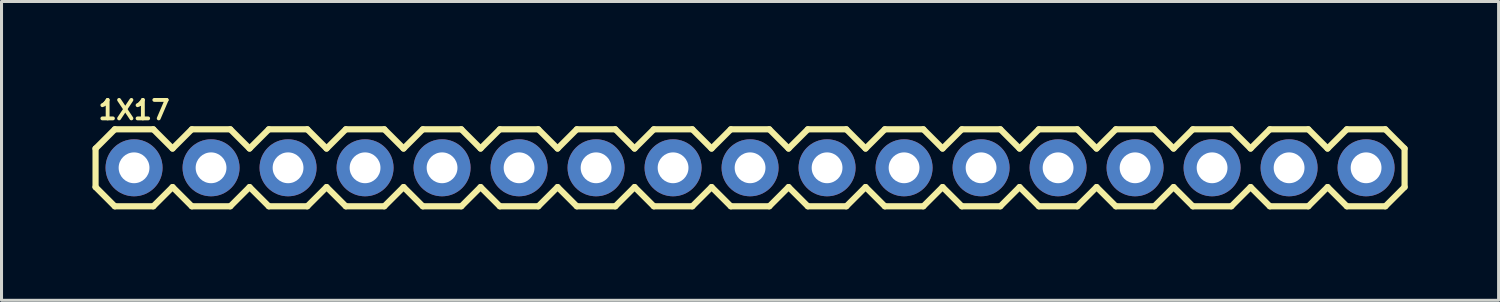
<source format=kicad_pcb>
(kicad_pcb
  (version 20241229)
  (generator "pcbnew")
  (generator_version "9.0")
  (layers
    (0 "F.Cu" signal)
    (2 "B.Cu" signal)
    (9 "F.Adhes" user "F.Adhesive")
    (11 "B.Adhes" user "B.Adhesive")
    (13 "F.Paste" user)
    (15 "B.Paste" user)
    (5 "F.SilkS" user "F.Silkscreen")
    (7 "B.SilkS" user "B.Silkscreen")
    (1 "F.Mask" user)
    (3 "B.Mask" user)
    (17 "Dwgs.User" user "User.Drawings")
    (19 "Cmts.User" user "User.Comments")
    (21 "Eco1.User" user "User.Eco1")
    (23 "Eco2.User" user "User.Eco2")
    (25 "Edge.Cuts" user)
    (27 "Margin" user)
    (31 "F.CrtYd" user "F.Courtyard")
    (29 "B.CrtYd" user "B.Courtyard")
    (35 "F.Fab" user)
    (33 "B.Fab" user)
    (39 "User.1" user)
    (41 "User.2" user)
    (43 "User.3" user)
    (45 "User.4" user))
  (footprint "1X17"
    (layer "F.Cu")
    (at 1.372 2.485)
    (property "Reference" "1X17" (at 0 -1.905 0) (layer "F.SilkS") (effects (font (size 0.61 0.61) (thickness 0.127))))
    (attr exclude_from_pos_files exclude_from_bom)
    (fp_line (start -1.27 -0.635) (end -1.27 0.635) (stroke (width 0.203) (type solid)) (layer "F.SilkS"))
    (fp_line (start -1.27 0.635) (end -0.635 1.27) (stroke (width 0.203) (type solid)) (layer "F.SilkS"))
    (fp_line (start -0.635 -1.27) (end -1.27 -0.635) (stroke (width 0.203) (type solid)) (layer "F.SilkS"))
    (fp_line (start -0.635 -1.27) (end 0.635 -1.27) (stroke (width 0.203) (type solid)) (layer "F.SilkS"))
    (fp_line (start 0.635 -1.27) (end 1.27 -0.635) (stroke (width 0.203) (type solid)) (layer "F.SilkS"))
    (fp_line (start 0.635 1.27) (end -0.635 1.27) (stroke (width 0.203) (type solid)) (layer "F.SilkS"))
    (fp_line (start 1.27 -0.635) (end 1.905 -1.27) (stroke (width 0.203) (type solid)) (layer "F.SilkS"))
    (fp_line (start 1.27 0.635) (end 0.635 1.27) (stroke (width 0.203) (type solid)) (layer "F.SilkS"))
    (fp_line (start 1.905 -1.27) (end 3.175 -1.27) (stroke (width 0.203) (type solid)) (layer "F.SilkS"))
    (fp_line (start 1.905 1.27) (end 1.27 0.635) (stroke (width 0.203) (type solid)) (layer "F.SilkS"))
    (fp_line (start 3.175 -1.27) (end 3.81 -0.635) (stroke (width 0.203) (type solid)) (layer "F.SilkS"))
    (fp_line (start 3.175 1.27) (end 1.905 1.27) (stroke (width 0.203) (type solid)) (layer "F.SilkS"))
    (fp_line (start 3.81 -0.635) (end 4.445 -1.27) (stroke (width 0.203) (type solid)) (layer "F.SilkS"))
    (fp_line (start 3.81 0.635) (end 3.175 1.27) (stroke (width 0.203) (type solid)) (layer "F.SilkS"))
    (fp_line (start 4.445 -1.27) (end 5.715 -1.27) (stroke (width 0.203) (type solid)) (layer "F.SilkS"))
    (fp_line (start 4.445 1.27) (end 3.81 0.635) (stroke (width 0.203) (type solid)) (layer "F.SilkS"))
    (fp_line (start 5.715 -1.27) (end 6.35 -0.635) (stroke (width 0.203) (type solid)) (layer "F.SilkS"))
    (fp_line (start 5.715 1.27) (end 4.445 1.27) (stroke (width 0.203) (type solid)) (layer "F.SilkS"))
    (fp_line (start 6.35 0.635) (end 5.715 1.27) (stroke (width 0.203) (type solid)) (layer "F.SilkS"))
    (fp_line (start 6.35 0.635) (end 6.985 1.27) (stroke (width 0.203) (type solid)) (layer "F.SilkS"))
    (fp_line (start 6.985 -1.27) (end 6.35 -0.635) (stroke (width 0.203) (type solid)) (layer "F.SilkS"))
    (fp_line (start 6.985 -1.27) (end 8.255 -1.27) (stroke (width 0.203) (type solid)) (layer "F.SilkS"))
    (fp_line (start 8.255 -1.27) (end 8.89 -0.635) (stroke (width 0.203) (type solid)) (layer "F.SilkS"))
    (fp_line (start 8.255 1.27) (end 6.985 1.27) (stroke (width 0.203) (type solid)) (layer "F.SilkS"))
    (fp_line (start 8.89 -0.635) (end 9.525 -1.27) (stroke (width 0.203) (type solid)) (layer "F.SilkS"))
    (fp_line (start 8.89 0.635) (end 8.255 1.27) (stroke (width 0.203) (type solid)) (layer "F.SilkS"))
    (fp_line (start 9.525 -1.27) (end 10.795 -1.27) (stroke (width 0.203) (type solid)) (layer "F.SilkS"))
    (fp_line (start 9.525 1.27) (end 8.89 0.635) (stroke (width 0.203) (type solid)) (layer "F.SilkS"))
    (fp_line (start 10.795 -1.27) (end 11.43 -0.635) (stroke (width 0.203) (type solid)) (layer "F.SilkS"))
    (fp_line (start 10.795 1.27) (end 9.525 1.27) (stroke (width 0.203) (type solid)) (layer "F.SilkS"))
    (fp_line (start 11.43 -0.635) (end 12.065 -1.27) (stroke (width 0.203) (type solid)) (layer "F.SilkS"))
    (fp_line (start 11.43 0.635) (end 10.795 1.27) (stroke (width 0.203) (type solid)) (layer "F.SilkS"))
    (fp_line (start 12.065 -1.27) (end 13.335 -1.27) (stroke (width 0.203) (type solid)) (layer "F.SilkS"))
    (fp_line (start 12.065 1.27) (end 11.43 0.635) (stroke (width 0.203) (type solid)) (layer "F.SilkS"))
    (fp_line (start 13.335 -1.27) (end 13.97 -0.635) (stroke (width 0.203) (type solid)) (layer "F.SilkS"))
    (fp_line (start 13.335 1.27) (end 12.065 1.27) (stroke (width 0.203) (type solid)) (layer "F.SilkS"))
    (fp_line (start 13.97 0.635) (end 13.335 1.27) (stroke (width 0.203) (type solid)) (layer "F.SilkS"))
    (fp_line (start 13.97 0.635) (end 14.605 1.27) (stroke (width 0.203) (type solid)) (layer "F.SilkS"))
    (fp_line (start 14.605 -1.27) (end 13.97 -0.635) (stroke (width 0.203) (type solid)) (layer "F.SilkS"))
    (fp_line (start 14.605 -1.27) (end 15.875 -1.27) (stroke (width 0.203) (type solid)) (layer "F.SilkS"))
    (fp_line (start 15.875 -1.27) (end 16.51 -0.635) (stroke (width 0.203) (type solid)) (layer "F.SilkS"))
    (fp_line (start 15.875 1.27) (end 14.605 1.27) (stroke (width 0.203) (type solid)) (layer "F.SilkS"))
    (fp_line (start 16.51 0.635) (end 15.875 1.27) (stroke (width 0.203) (type solid)) (layer "F.SilkS"))
    (fp_line (start 16.51 0.635) (end 17.145 1.27) (stroke (width 0.203) (type solid)) (layer "F.SilkS"))
    (fp_line (start 17.145 -1.27) (end 16.51 -0.635) (stroke (width 0.203) (type solid)) (layer "F.SilkS"))
    (fp_line (start 17.145 -1.27) (end 18.415 -1.27) (stroke (width 0.203) (type solid)) (layer "F.SilkS"))
    (fp_line (start 18.415 -1.27) (end 19.05 -0.635) (stroke (width 0.203) (type solid)) (layer "F.SilkS"))
    (fp_line (start 18.415 1.27) (end 17.145 1.27) (stroke (width 0.203) (type solid)) (layer "F.SilkS"))
    (fp_line (start 19.05 -0.635) (end 19.685 -1.27) (stroke (width 0.203) (type solid)) (layer "F.SilkS"))
    (fp_line (start 19.05 0.635) (end 18.415 1.27) (stroke (width 0.203) (type solid)) (layer "F.SilkS"))
    (fp_line (start 19.685 -1.27) (end 20.955 -1.27) (stroke (width 0.203) (type solid)) (layer "F.SilkS"))
    (fp_line (start 19.685 1.27) (end 19.05 0.635) (stroke (width 0.203) (type solid)) (layer "F.SilkS"))
    (fp_line (start 20.955 -1.27) (end 21.59 -0.635) (stroke (width 0.203) (type solid)) (layer "F.SilkS"))
    (fp_line (start 20.955 1.27) (end 19.685 1.27) (stroke (width 0.203) (type solid)) (layer "F.SilkS"))
    (fp_line (start 21.59 -0.635) (end 22.225 -1.27) (stroke (width 0.203) (type solid)) (layer "F.SilkS"))
    (fp_line (start 21.59 0.635) (end 20.955 1.27) (stroke (width 0.203) (type solid)) (layer "F.SilkS"))
    (fp_line (start 22.225 -1.27) (end 23.495 -1.27) (stroke (width 0.203) (type solid)) (layer "F.SilkS"))
    (fp_line (start 22.225 1.27) (end 21.59 0.635) (stroke (width 0.203) (type solid)) (layer "F.SilkS"))
    (fp_line (start 23.495 -1.27) (end 24.13 -0.635) (stroke (width 0.203) (type solid)) (layer "F.SilkS"))
    (fp_line (start 23.495 1.27) (end 22.225 1.27) (stroke (width 0.203) (type solid)) (layer "F.SilkS"))
    (fp_line (start 24.13 0.635) (end 23.495 1.27) (stroke (width 0.203) (type solid)) (layer "F.SilkS"))
    (fp_line (start 24.13 0.635) (end 24.765 1.27) (stroke (width 0.203) (type solid)) (layer "F.SilkS"))
    (fp_line (start 24.765 -1.27) (end 24.13 -0.635) (stroke (width 0.203) (type solid)) (layer "F.SilkS"))
    (fp_line (start 24.765 -1.27) (end 26.035 -1.27) (stroke (width 0.203) (type solid)) (layer "F.SilkS"))
    (fp_line (start 26.035 -1.27) (end 26.67 -0.635) (stroke (width 0.203) (type solid)) (layer "F.SilkS"))
    (fp_line (start 26.035 1.27) (end 24.765 1.27) (stroke (width 0.203) (type solid)) (layer "F.SilkS"))
    (fp_line (start 26.67 -0.635) (end 27.305 -1.27) (stroke (width 0.203) (type solid)) (layer "F.SilkS"))
    (fp_line (start 26.67 0.635) (end 26.035 1.27) (stroke (width 0.203) (type solid)) (layer "F.SilkS"))
    (fp_line (start 27.305 -1.27) (end 28.575 -1.27) (stroke (width 0.203) (type solid)) (layer "F.SilkS"))
    (fp_line (start 27.305 1.27) (end 26.67 0.635) (stroke (width 0.203) (type solid)) (layer "F.SilkS"))
    (fp_line (start 28.575 -1.27) (end 29.21 -0.635) (stroke (width 0.203) (type solid)) (layer "F.SilkS"))
    (fp_line (start 28.575 1.27) (end 27.305 1.27) (stroke (width 0.203) (type solid)) (layer "F.SilkS"))
    (fp_line (start 29.21 -0.635) (end 29.845 -1.27) (stroke (width 0.203) (type solid)) (layer "F.SilkS"))
    (fp_line (start 29.21 0.635) (end 28.575 1.27) (stroke (width 0.203) (type solid)) (layer "F.SilkS"))
    (fp_line (start 29.845 -1.27) (end 31.115 -1.27) (stroke (width 0.203) (type solid)) (layer "F.SilkS"))
    (fp_line (start 29.845 1.27) (end 29.21 0.635) (stroke (width 0.203) (type solid)) (layer "F.SilkS"))
    (fp_line (start 31.115 -1.27) (end 31.75 -0.635) (stroke (width 0.203) (type solid)) (layer "F.SilkS"))
    (fp_line (start 31.115 1.27) (end 29.845 1.27) (stroke (width 0.203) (type solid)) (layer "F.SilkS"))
    (fp_line (start 31.75 0.635) (end 31.115 1.27) (stroke (width 0.203) (type solid)) (layer "F.SilkS"))
    (fp_line (start 31.75 0.635) (end 32.385 1.27) (stroke (width 0.203) (type solid)) (layer "F.SilkS"))
    (fp_line (start 32.385 -1.27) (end 31.75 -0.635) (stroke (width 0.203) (type solid)) (layer "F.SilkS"))
    (fp_line (start 32.385 -1.27) (end 33.655 -1.27) (stroke (width 0.203) (type solid)) (layer "F.SilkS"))
    (fp_line (start 33.655 -1.27) (end 34.29 -0.635) (stroke (width 0.203) (type solid)) (layer "F.SilkS"))
    (fp_line (start 33.655 1.27) (end 32.385 1.27) (stroke (width 0.203) (type solid)) (layer "F.SilkS"))
    (fp_line (start 34.29 0.635) (end 33.655 1.27) (stroke (width 0.203) (type solid)) (layer "F.SilkS"))
    (fp_line (start 34.29 0.635) (end 34.925 1.27) (stroke (width 0.203) (type solid)) (layer "F.SilkS"))
    (fp_line (start 34.925 -1.27) (end 34.29 -0.635) (stroke (width 0.203) (type solid)) (layer "F.SilkS"))
    (fp_line (start 34.925 -1.27) (end 36.195 -1.27) (stroke (width 0.203) (type solid)) (layer "F.SilkS"))
    (fp_line (start 36.195 -1.27) (end 36.83 -0.635) (stroke (width 0.203) (type solid)) (layer "F.SilkS"))
    (fp_line (start 36.195 1.27) (end 34.925 1.27) (stroke (width 0.203) (type solid)) (layer "F.SilkS"))
    (fp_line (start 36.83 0.635) (end 36.195 1.27) (stroke (width 0.203) (type solid)) (layer "F.SilkS"))
    (fp_line (start 36.83 0.635) (end 37.465 1.27) (stroke (width 0.203) (type solid)) (layer "F.SilkS"))
    (fp_line (start 37.465 -1.27) (end 36.83 -0.635) (stroke (width 0.203) (type solid)) (layer "F.SilkS"))
    (fp_line (start 37.465 -1.27) (end 38.735 -1.27) (stroke (width 0.203) (type solid)) (layer "F.SilkS"))
    (fp_line (start 38.735 -1.27) (end 39.37 -0.635) (stroke (width 0.203) (type solid)) (layer "F.SilkS"))
    (fp_line (start 38.735 1.27) (end 37.465 1.27) (stroke (width 0.203) (type solid)) (layer "F.SilkS"))
    (fp_line (start 39.37 0.635) (end 38.735 1.27) (stroke (width 0.203) (type solid)) (layer "F.SilkS"))
    (fp_line (start 39.37 0.635) (end 40.005 1.27) (stroke (width 0.203) (type solid)) (layer "F.SilkS"))
    (fp_line (start 40.005 -1.27) (end 39.37 -0.635) (stroke (width 0.203) (type solid)) (layer "F.SilkS"))
    (fp_line (start 40.005 -1.27) (end 41.275 -1.27) (stroke (width 0.203) (type solid)) (layer "F.SilkS"))
    (fp_line (start 41.275 -1.27) (end 41.91 -0.635) (stroke (width 0.203) (type solid)) (layer "F.SilkS"))
    (fp_line (start 41.275 1.27) (end 40.005 1.27) (stroke (width 0.203) (type solid)) (layer "F.SilkS"))
    (fp_line (start 41.91 -0.635) (end 41.91 0.635) (stroke (width 0.203) (type solid)) (layer "F.SilkS"))
    (fp_line (start 41.91 0.635) (end 41.275 1.27) (stroke (width 0.203) (type solid)) (layer "F.SilkS"))
    (pad "1" thru_hole circle (at 0 0) (size 1.88 1.88) (drill 1.016) (layers "*.Cu" "*.Mask"))
    (pad "2" thru_hole circle (at 2.54 0) (size 1.88 1.88) (drill 1.016) (layers "*.Cu" "*.Mask"))
    (pad "3" thru_hole circle (at 5.08 0) (size 1.88 1.88) (drill 1.016) (layers "*.Cu" "*.Mask"))
    (pad "4" thru_hole circle (at 7.62 0) (size 1.88 1.88) (drill 1.016) (layers "*.Cu" "*.Mask"))
    (pad "5" thru_hole circle (at 10.16 0) (size 1.88 1.88) (drill 1.016) (layers "*.Cu" "*.Mask"))
    (pad "6" thru_hole circle (at 12.7 0) (size 1.88 1.88) (drill 1.016) (layers "*.Cu" "*.Mask"))
    (pad "7" thru_hole circle (at 15.24 0) (size 1.88 1.88) (drill 1.016) (layers "*.Cu" "*.Mask"))
    (pad "8" thru_hole circle (at 17.78 0) (size 1.88 1.88) (drill 1.016) (layers "*.Cu" "*.Mask"))
    (pad "9" thru_hole circle (at 20.32 0) (size 1.88 1.88) (drill 1.016) (layers "*.Cu" "*.Mask"))
    (pad "10" thru_hole circle (at 22.86 0) (size 1.88 1.88) (drill 1.016) (layers "*.Cu" "*.Mask"))
    (pad "11" thru_hole circle (at 25.4 0) (size 1.88 1.88) (drill 1.016) (layers "*.Cu" "*.Mask"))
    (pad "12" thru_hole circle (at 27.94 0) (size 1.88 1.88) (drill 1.016) (layers "*.Cu" "*.Mask"))
    (pad "13" thru_hole circle (at 30.48 0) (size 1.88 1.88) (drill 1.016) (layers "*.Cu" "*.Mask"))
    (pad "14" thru_hole circle (at 33.02 0) (size 1.88 1.88) (drill 1.016) (layers "*.Cu" "*.Mask"))
    (pad "15" thru_hole circle (at 35.56 0) (size 1.88 1.88) (drill 1.016) (layers "*.Cu" "*.Mask"))
    (pad "16" thru_hole circle (at 38.1 0) (size 1.88 1.88) (drill 1.016) (layers "*.Cu" "*.Mask"))
    (pad "17" thru_hole circle (at 40.64 0) (size 1.88 1.88) (drill 1.016) (layers "*.Cu" "*.Mask")))
  (gr_rect
    (start -3 -3)
    (end 46.383 6.856)
    (stroke (width 0.1) (type default))
    (fill no)
    (layer "Edge.Cuts")))
</source>
